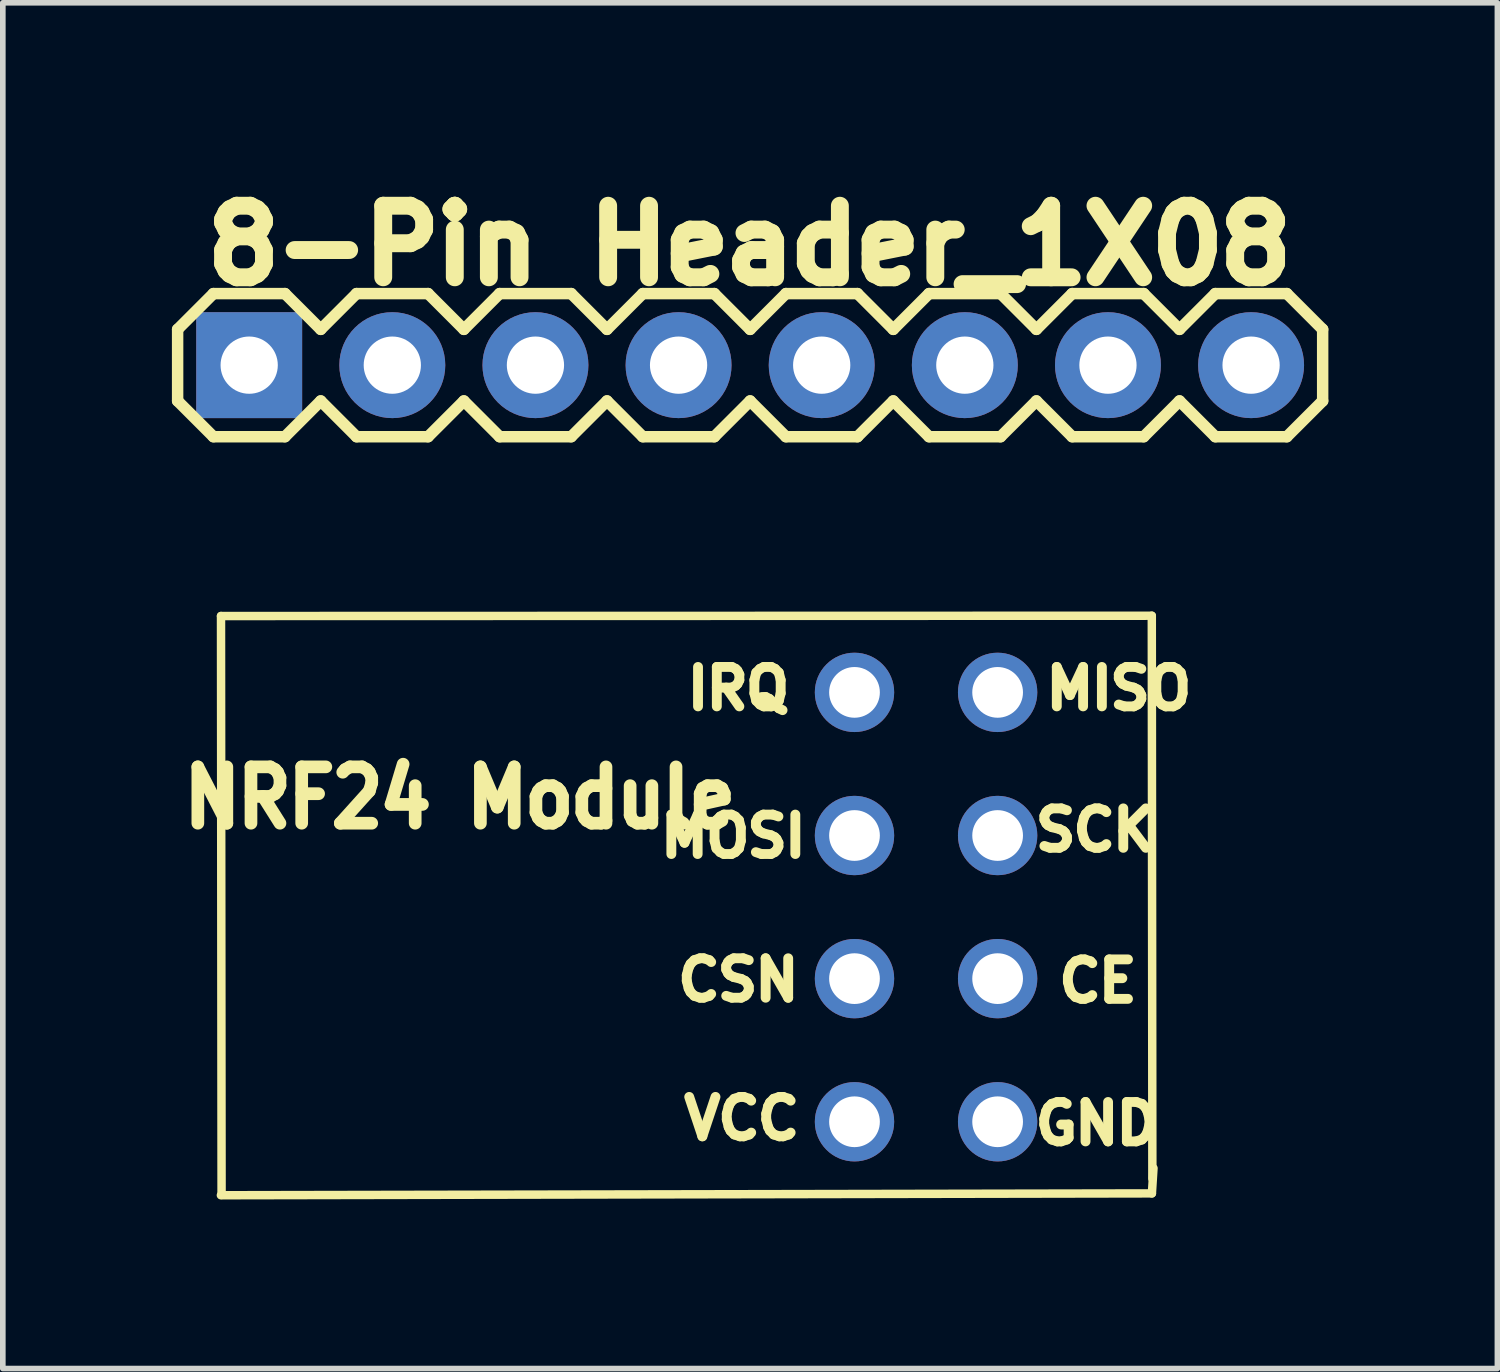
<source format=kicad_pcb>
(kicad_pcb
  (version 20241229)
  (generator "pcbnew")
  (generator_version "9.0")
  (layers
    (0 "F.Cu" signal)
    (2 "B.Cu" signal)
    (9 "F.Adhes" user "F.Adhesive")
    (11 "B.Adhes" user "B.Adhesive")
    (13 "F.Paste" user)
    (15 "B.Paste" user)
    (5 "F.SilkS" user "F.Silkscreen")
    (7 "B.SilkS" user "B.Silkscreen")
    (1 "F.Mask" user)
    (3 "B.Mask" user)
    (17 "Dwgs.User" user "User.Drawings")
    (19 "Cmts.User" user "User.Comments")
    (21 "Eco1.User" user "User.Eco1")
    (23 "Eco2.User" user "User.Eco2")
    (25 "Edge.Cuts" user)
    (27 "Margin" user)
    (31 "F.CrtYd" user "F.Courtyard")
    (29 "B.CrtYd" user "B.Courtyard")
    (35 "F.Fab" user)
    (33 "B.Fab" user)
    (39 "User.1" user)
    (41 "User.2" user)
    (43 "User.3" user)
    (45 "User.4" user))
  (footprint "8-Pin Header_1X08"
    (layer "F.Cu")
    (at 10.242 3.32)
    (property "Reference" "8-Pin Header_1X08" (at 0.01 -2.02 0) (layer "F.SilkS") (effects (font (size 1.27 1.27) (thickness 0.318))))
    (attr exclude_from_pos_files exclude_from_bom)
    (fp_line (start -10.14 -0.525) (end -10.14 0.745) (stroke (width 0.203) (type solid)) (layer "F.SilkS"))
    (fp_line (start -10.14 0.745) (end -9.505 1.38) (stroke (width 0.203) (type solid)) (layer "F.SilkS"))
    (fp_line (start -9.505 -1.16) (end -10.14 -0.525) (stroke (width 0.203) (type solid)) (layer "F.SilkS"))
    (fp_line (start -9.505 -1.16) (end -8.235 -1.16) (stroke (width 0.203) (type solid)) (layer "F.SilkS"))
    (fp_line (start -8.235 -1.16) (end -7.6 -0.525) (stroke (width 0.203) (type solid)) (layer "F.SilkS"))
    (fp_line (start -8.235 1.38) (end -9.505 1.38) (stroke (width 0.203) (type solid)) (layer "F.SilkS"))
    (fp_line (start -7.6 -0.525) (end -6.965 -1.16) (stroke (width 0.203) (type solid)) (layer "F.SilkS"))
    (fp_line (start -7.6 0.745) (end -8.235 1.38) (stroke (width 0.203) (type solid)) (layer "F.SilkS"))
    (fp_line (start -6.965 -1.16) (end -5.695 -1.16) (stroke (width 0.203) (type solid)) (layer "F.SilkS"))
    (fp_line (start -6.965 1.38) (end -7.6 0.745) (stroke (width 0.203) (type solid)) (layer "F.SilkS"))
    (fp_line (start -5.695 -1.16) (end -5.06 -0.525) (stroke (width 0.203) (type solid)) (layer "F.SilkS"))
    (fp_line (start -5.695 1.38) (end -6.965 1.38) (stroke (width 0.203) (type solid)) (layer "F.SilkS"))
    (fp_line (start -5.06 -0.525) (end -4.425 -1.16) (stroke (width 0.203) (type solid)) (layer "F.SilkS"))
    (fp_line (start -5.06 0.745) (end -5.695 1.38) (stroke (width 0.203) (type solid)) (layer "F.SilkS"))
    (fp_line (start -4.425 -1.16) (end -3.155 -1.16) (stroke (width 0.203) (type solid)) (layer "F.SilkS"))
    (fp_line (start -4.425 1.38) (end -5.06 0.745) (stroke (width 0.203) (type solid)) (layer "F.SilkS"))
    (fp_line (start -3.155 -1.16) (end -2.52 -0.525) (stroke (width 0.203) (type solid)) (layer "F.SilkS"))
    (fp_line (start -3.155 1.38) (end -4.425 1.38) (stroke (width 0.203) (type solid)) (layer "F.SilkS"))
    (fp_line (start -2.52 0.745) (end -3.155 1.38) (stroke (width 0.203) (type solid)) (layer "F.SilkS"))
    (fp_line (start -2.52 0.745) (end -1.885 1.38) (stroke (width 0.203) (type solid)) (layer "F.SilkS"))
    (fp_line (start -1.885 -1.16) (end -2.52 -0.525) (stroke (width 0.203) (type solid)) (layer "F.SilkS"))
    (fp_line (start -1.885 -1.16) (end -0.615 -1.16) (stroke (width 0.203) (type solid)) (layer "F.SilkS"))
    (fp_line (start -0.615 -1.16) (end 0.02 -0.525) (stroke (width 0.203) (type solid)) (layer "F.SilkS"))
    (fp_line (start -0.615 1.38) (end -1.885 1.38) (stroke (width 0.203) (type solid)) (layer "F.SilkS"))
    (fp_line (start 0.02 -0.525) (end 0.655 -1.16) (stroke (width 0.203) (type solid)) (layer "F.SilkS"))
    (fp_line (start 0.02 0.745) (end -0.615 1.38) (stroke (width 0.203) (type solid)) (layer "F.SilkS"))
    (fp_line (start 0.655 -1.16) (end 1.925 -1.16) (stroke (width 0.203) (type solid)) (layer "F.SilkS"))
    (fp_line (start 0.655 1.38) (end 0.02 0.745) (stroke (width 0.203) (type solid)) (layer "F.SilkS"))
    (fp_line (start 1.925 -1.16) (end 2.56 -0.525) (stroke (width 0.203) (type solid)) (layer "F.SilkS"))
    (fp_line (start 1.925 1.38) (end 0.655 1.38) (stroke (width 0.203) (type solid)) (layer "F.SilkS"))
    (fp_line (start 2.56 -0.525) (end 3.195 -1.16) (stroke (width 0.203) (type solid)) (layer "F.SilkS"))
    (fp_line (start 2.56 0.745) (end 1.925 1.38) (stroke (width 0.203) (type solid)) (layer "F.SilkS"))
    (fp_line (start 3.195 -1.16) (end 4.465 -1.16) (stroke (width 0.203) (type solid)) (layer "F.SilkS"))
    (fp_line (start 3.195 1.38) (end 2.56 0.745) (stroke (width 0.203) (type solid)) (layer "F.SilkS"))
    (fp_line (start 4.465 -1.16) (end 5.1 -0.525) (stroke (width 0.203) (type solid)) (layer "F.SilkS"))
    (fp_line (start 4.465 1.38) (end 3.195 1.38) (stroke (width 0.203) (type solid)) (layer "F.SilkS"))
    (fp_line (start 5.1 0.745) (end 4.465 1.38) (stroke (width 0.203) (type solid)) (layer "F.SilkS"))
    (fp_line (start 5.1 0.745) (end 5.735 1.38) (stroke (width 0.203) (type solid)) (layer "F.SilkS"))
    (fp_line (start 5.735 -1.16) (end 5.1 -0.525) (stroke (width 0.203) (type solid)) (layer "F.SilkS"))
    (fp_line (start 5.735 -1.16) (end 7.005 -1.16) (stroke (width 0.203) (type solid)) (layer "F.SilkS"))
    (fp_line (start 7.005 -1.16) (end 7.64 -0.525) (stroke (width 0.203) (type solid)) (layer "F.SilkS"))
    (fp_line (start 7.005 1.38) (end 5.735 1.38) (stroke (width 0.203) (type solid)) (layer "F.SilkS"))
    (fp_line (start 7.64 0.745) (end 7.005 1.38) (stroke (width 0.203) (type solid)) (layer "F.SilkS"))
    (fp_line (start 7.64 0.745) (end 8.275 1.38) (stroke (width 0.203) (type solid)) (layer "F.SilkS"))
    (fp_line (start 8.275 -1.16) (end 7.64 -0.525) (stroke (width 0.203) (type solid)) (layer "F.SilkS"))
    (fp_line (start 8.275 -1.16) (end 9.545 -1.16) (stroke (width 0.203) (type solid)) (layer "F.SilkS"))
    (fp_line (start 9.545 -1.16) (end 10.18 -0.525) (stroke (width 0.203) (type solid)) (layer "F.SilkS"))
    (fp_line (start 9.545 1.38) (end 8.275 1.38) (stroke (width 0.203) (type solid)) (layer "F.SilkS"))
    (fp_line (start 10.18 -0.525) (end 10.18 0.745) (stroke (width 0.203) (type solid)) (layer "F.SilkS"))
    (fp_line (start 10.18 0.745) (end 9.545 1.38) (stroke (width 0.203) (type solid)) (layer "F.SilkS"))
    (fp_line (start -9.124 -0.144) (end -8.616 -0.144) (stroke (width 0.066) (type solid)) (layer "Dwgs.User"))
    (fp_line (start -9.124 0.364) (end -9.124 -0.144) (stroke (width 0.066) (type solid)) (layer "Dwgs.User"))
    (fp_line (start -9.124 0.364) (end -8.616 0.364) (stroke (width 0.066) (type solid)) (layer "Dwgs.User"))
    (fp_line (start -8.616 0.364) (end -8.616 -0.144) (stroke (width 0.066) (type solid)) (layer "Dwgs.User"))
    (fp_line (start -6.584 -0.144) (end -6.076 -0.144) (stroke (width 0.066) (type solid)) (layer "Dwgs.User"))
    (fp_line (start -6.584 0.364) (end -6.584 -0.144) (stroke (width 0.066) (type solid)) (layer "Dwgs.User"))
    (fp_line (start -6.584 0.364) (end -6.076 0.364) (stroke (width 0.066) (type solid)) (layer "Dwgs.User"))
    (fp_line (start -6.076 0.364) (end -6.076 -0.144) (stroke (width 0.066) (type solid)) (layer "Dwgs.User"))
    (fp_line (start -4.044 -0.144) (end -3.536 -0.144) (stroke (width 0.066) (type solid)) (layer "Dwgs.User"))
    (fp_line (start -4.044 0.364) (end -4.044 -0.144) (stroke (width 0.066) (type solid)) (layer "Dwgs.User"))
    (fp_line (start -4.044 0.364) (end -3.536 0.364) (stroke (width 0.066) (type solid)) (layer "Dwgs.User"))
    (fp_line (start -3.536 0.364) (end -3.536 -0.144) (stroke (width 0.066) (type solid)) (layer "Dwgs.User"))
    (fp_line (start -1.504 -0.144) (end -0.996 -0.144) (stroke (width 0.066) (type solid)) (layer "Dwgs.User"))
    (fp_line (start -1.504 0.364) (end -1.504 -0.144) (stroke (width 0.066) (type solid)) (layer "Dwgs.User"))
    (fp_line (start -1.504 0.364) (end -0.996 0.364) (stroke (width 0.066) (type solid)) (layer "Dwgs.User"))
    (fp_line (start -0.996 0.364) (end -0.996 -0.144) (stroke (width 0.066) (type solid)) (layer "Dwgs.User"))
    (fp_line (start 1.036 -0.144) (end 1.544 -0.144) (stroke (width 0.066) (type solid)) (layer "Dwgs.User"))
    (fp_line (start 1.036 0.364) (end 1.036 -0.144) (stroke (width 0.066) (type solid)) (layer "Dwgs.User"))
    (fp_line (start 1.036 0.364) (end 1.544 0.364) (stroke (width 0.066) (type solid)) (layer "Dwgs.User"))
    (fp_line (start 1.544 0.364) (end 1.544 -0.144) (stroke (width 0.066) (type solid)) (layer "Dwgs.User"))
    (fp_line (start 3.576 -0.144) (end 4.084 -0.144) (stroke (width 0.066) (type solid)) (layer "Dwgs.User"))
    (fp_line (start 3.576 0.364) (end 3.576 -0.144) (stroke (width 0.066) (type solid)) (layer "Dwgs.User"))
    (fp_line (start 3.576 0.364) (end 4.084 0.364) (stroke (width 0.066) (type solid)) (layer "Dwgs.User"))
    (fp_line (start 4.084 0.364) (end 4.084 -0.144) (stroke (width 0.066) (type solid)) (layer "Dwgs.User"))
    (fp_line (start 6.116 -0.144) (end 6.624 -0.144) (stroke (width 0.066) (type solid)) (layer "Dwgs.User"))
    (fp_line (start 6.116 0.364) (end 6.116 -0.144) (stroke (width 0.066) (type solid)) (layer "Dwgs.User"))
    (fp_line (start 6.116 0.364) (end 6.624 0.364) (stroke (width 0.066) (type solid)) (layer "Dwgs.User"))
    (fp_line (start 6.624 0.364) (end 6.624 -0.144) (stroke (width 0.066) (type solid)) (layer "Dwgs.User"))
    (fp_line (start 8.653 -0.144) (end 9.164 -0.144) (stroke (width 0.066) (type solid)) (layer "Dwgs.User"))
    (fp_line (start 8.653 0.364) (end 8.653 -0.144) (stroke (width 0.066) (type solid)) (layer "Dwgs.User"))
    (fp_line (start 8.653 0.364) (end 9.164 0.364) (stroke (width 0.066) (type solid)) (layer "Dwgs.User"))
    (fp_line (start 9.164 0.364) (end 9.164 -0.144) (stroke (width 0.066) (type solid)) (layer "Dwgs.User"))
    (pad "1" thru_hole rect (at -8.87 0.11) (size 1.88 1.88) (drill 1.016) (layers "*.Cu" "*.Paste" "*.Mask"))
    (pad "2" thru_hole circle (at -6.33 0.11) (size 1.88 1.88) (drill 1.016) (layers "*.Cu" "*.Paste" "*.Mask"))
    (pad "3" thru_hole circle (at -3.79 0.11) (size 1.88 1.88) (drill 1.016) (layers "*.Cu" "*.Paste" "*.Mask"))
    (pad "4" thru_hole circle (at -1.25 0.11) (size 1.88 1.88) (drill 1.016) (layers "*.Cu" "*.Paste" "*.Mask"))
    (pad "5" thru_hole circle (at 1.29 0.11) (size 1.88 1.88) (drill 1.016) (layers "*.Cu" "*.Paste" "*.Mask"))
    (pad "6" thru_hole circle (at 3.83 0.11) (size 1.88 1.88) (drill 1.016) (layers "*.Cu" "*.Paste" "*.Mask"))
    (pad "7" thru_hole circle (at 6.37 0.11) (size 1.88 1.88) (drill 1.016) (layers "*.Cu" "*.Paste" "*.Mask"))
    (pad "8" thru_hole circle (at 8.91 0.11) (size 1.88 1.88) (drill 1.016) (layers "*.Cu" "*.Paste" "*.Mask")))
  (footprint "NRF24 Module"
    (layer "F.Cu")
    (at 0.514 13.211)
    (property "Reference" "NRF24 Module" (at 4.597 -2.103 0) (layer "F.SilkS") (effects (font (size 1 0.9) (thickness 0.225))))
    (attr through_hole)
    (fp_line (start 0.356 4.95) (end 16.878 4.917) (stroke (width 0.15) (type solid)) (layer "F.SilkS"))
    (fp_line (start 0.358 -5.329) (end 16.876 -5.334) (stroke (width 0.15) (type solid)) (layer "F.SilkS"))
    (fp_line (start 0.368 4.945) (end 0.358 -5.329) (stroke (width 0.15) (type solid)) (layer "F.SilkS"))
    (fp_line (start 16.876 -5.334) (end 16.886 4.653) (stroke (width 0.15) (type solid)) (layer "F.SilkS"))
    (fp_line (start 16.878 4.917) (end 16.906 4.47) (stroke (width 0.15) (type solid)) (layer "F.SilkS"))
    (fp_text user "VCC" (at 9.6 3.59 0) (layer "F.SilkS") (effects (font (size 0.7 0.7) (thickness 0.175))))
    (fp_text user "CE" (at 15.92 1.15 0) (layer "F.SilkS") (effects (font (size 0.7 0.7) (thickness 0.175))))
    (fp_text user "MOSI" (at 9.45 -1.42 0) (layer "F.SilkS") (effects (font (size 0.7 0.7) (thickness 0.175))))
    (fp_text user "SCK" (at 15.87 -1.53 0) (layer "F.SilkS") (effects (font (size 0.7 0.7) (thickness 0.175))))
    (fp_text user "MISO" (at 16.29 -4.04 0) (layer "F.SilkS") (effects (font (size 0.7 0.7) (thickness 0.175))))
    (fp_text user "GND" (at 15.9 3.68 0) (layer "F.SilkS") (effects (font (size 0.7 0.7) (thickness 0.175))))
    (fp_text user "CSN" (at 9.54 1.13 0) (layer "F.SilkS") (effects (font (size 0.7 0.7) (thickness 0.175))))
    (fp_text user "IRQ" (at 9.54 -4.04 0) (layer "F.SilkS") (effects (font (size 0.7 0.7) (thickness 0.175))))
    (pad "0" thru_hole circle (at 14.14 3.646 90) (size 1.408 1.408) (drill 0.9) (layers "*.Cu" "*.Mask"))
    (pad "1" thru_hole circle (at 14.14 1.106 90) (size 1.408 1.408) (drill 0.9) (layers "*.Cu" "*.Mask"))
    (pad "2" thru_hole circle (at 14.14 -1.434 90) (size 1.408 1.408) (drill 0.9) (layers "*.Cu" "*.Mask"))
    (pad "3" thru_hole circle (at 14.14 -3.974 90) (size 1.408 1.408) (drill 0.9) (layers "*.Cu" "*.Mask"))
    (pad "4" thru_hole circle (at 11.6 -3.974 90) (size 1.408 1.408) (drill 0.9) (layers "*.Cu" "*.Mask"))
    (pad "5" thru_hole circle (at 11.6 -1.434 90) (size 1.408 1.408) (drill 0.9) (layers "*.Cu" "*.Mask"))
    (pad "6" thru_hole circle (at 11.6 1.106 180) (size 1.408 1.408) (drill 0.9) (layers "*.Cu" "*.Mask"))
    (pad "7" thru_hole circle (at 11.6 3.646 90) (size 1.408 1.408) (drill 0.9) (layers "*.Cu" "*.Mask")))
  (gr_rect
    (start -3 -3)
    (end 23.523 21.236)
    (stroke (width 0.1) (type default))
    (fill no)
    (layer "Edge.Cuts")))
</source>
